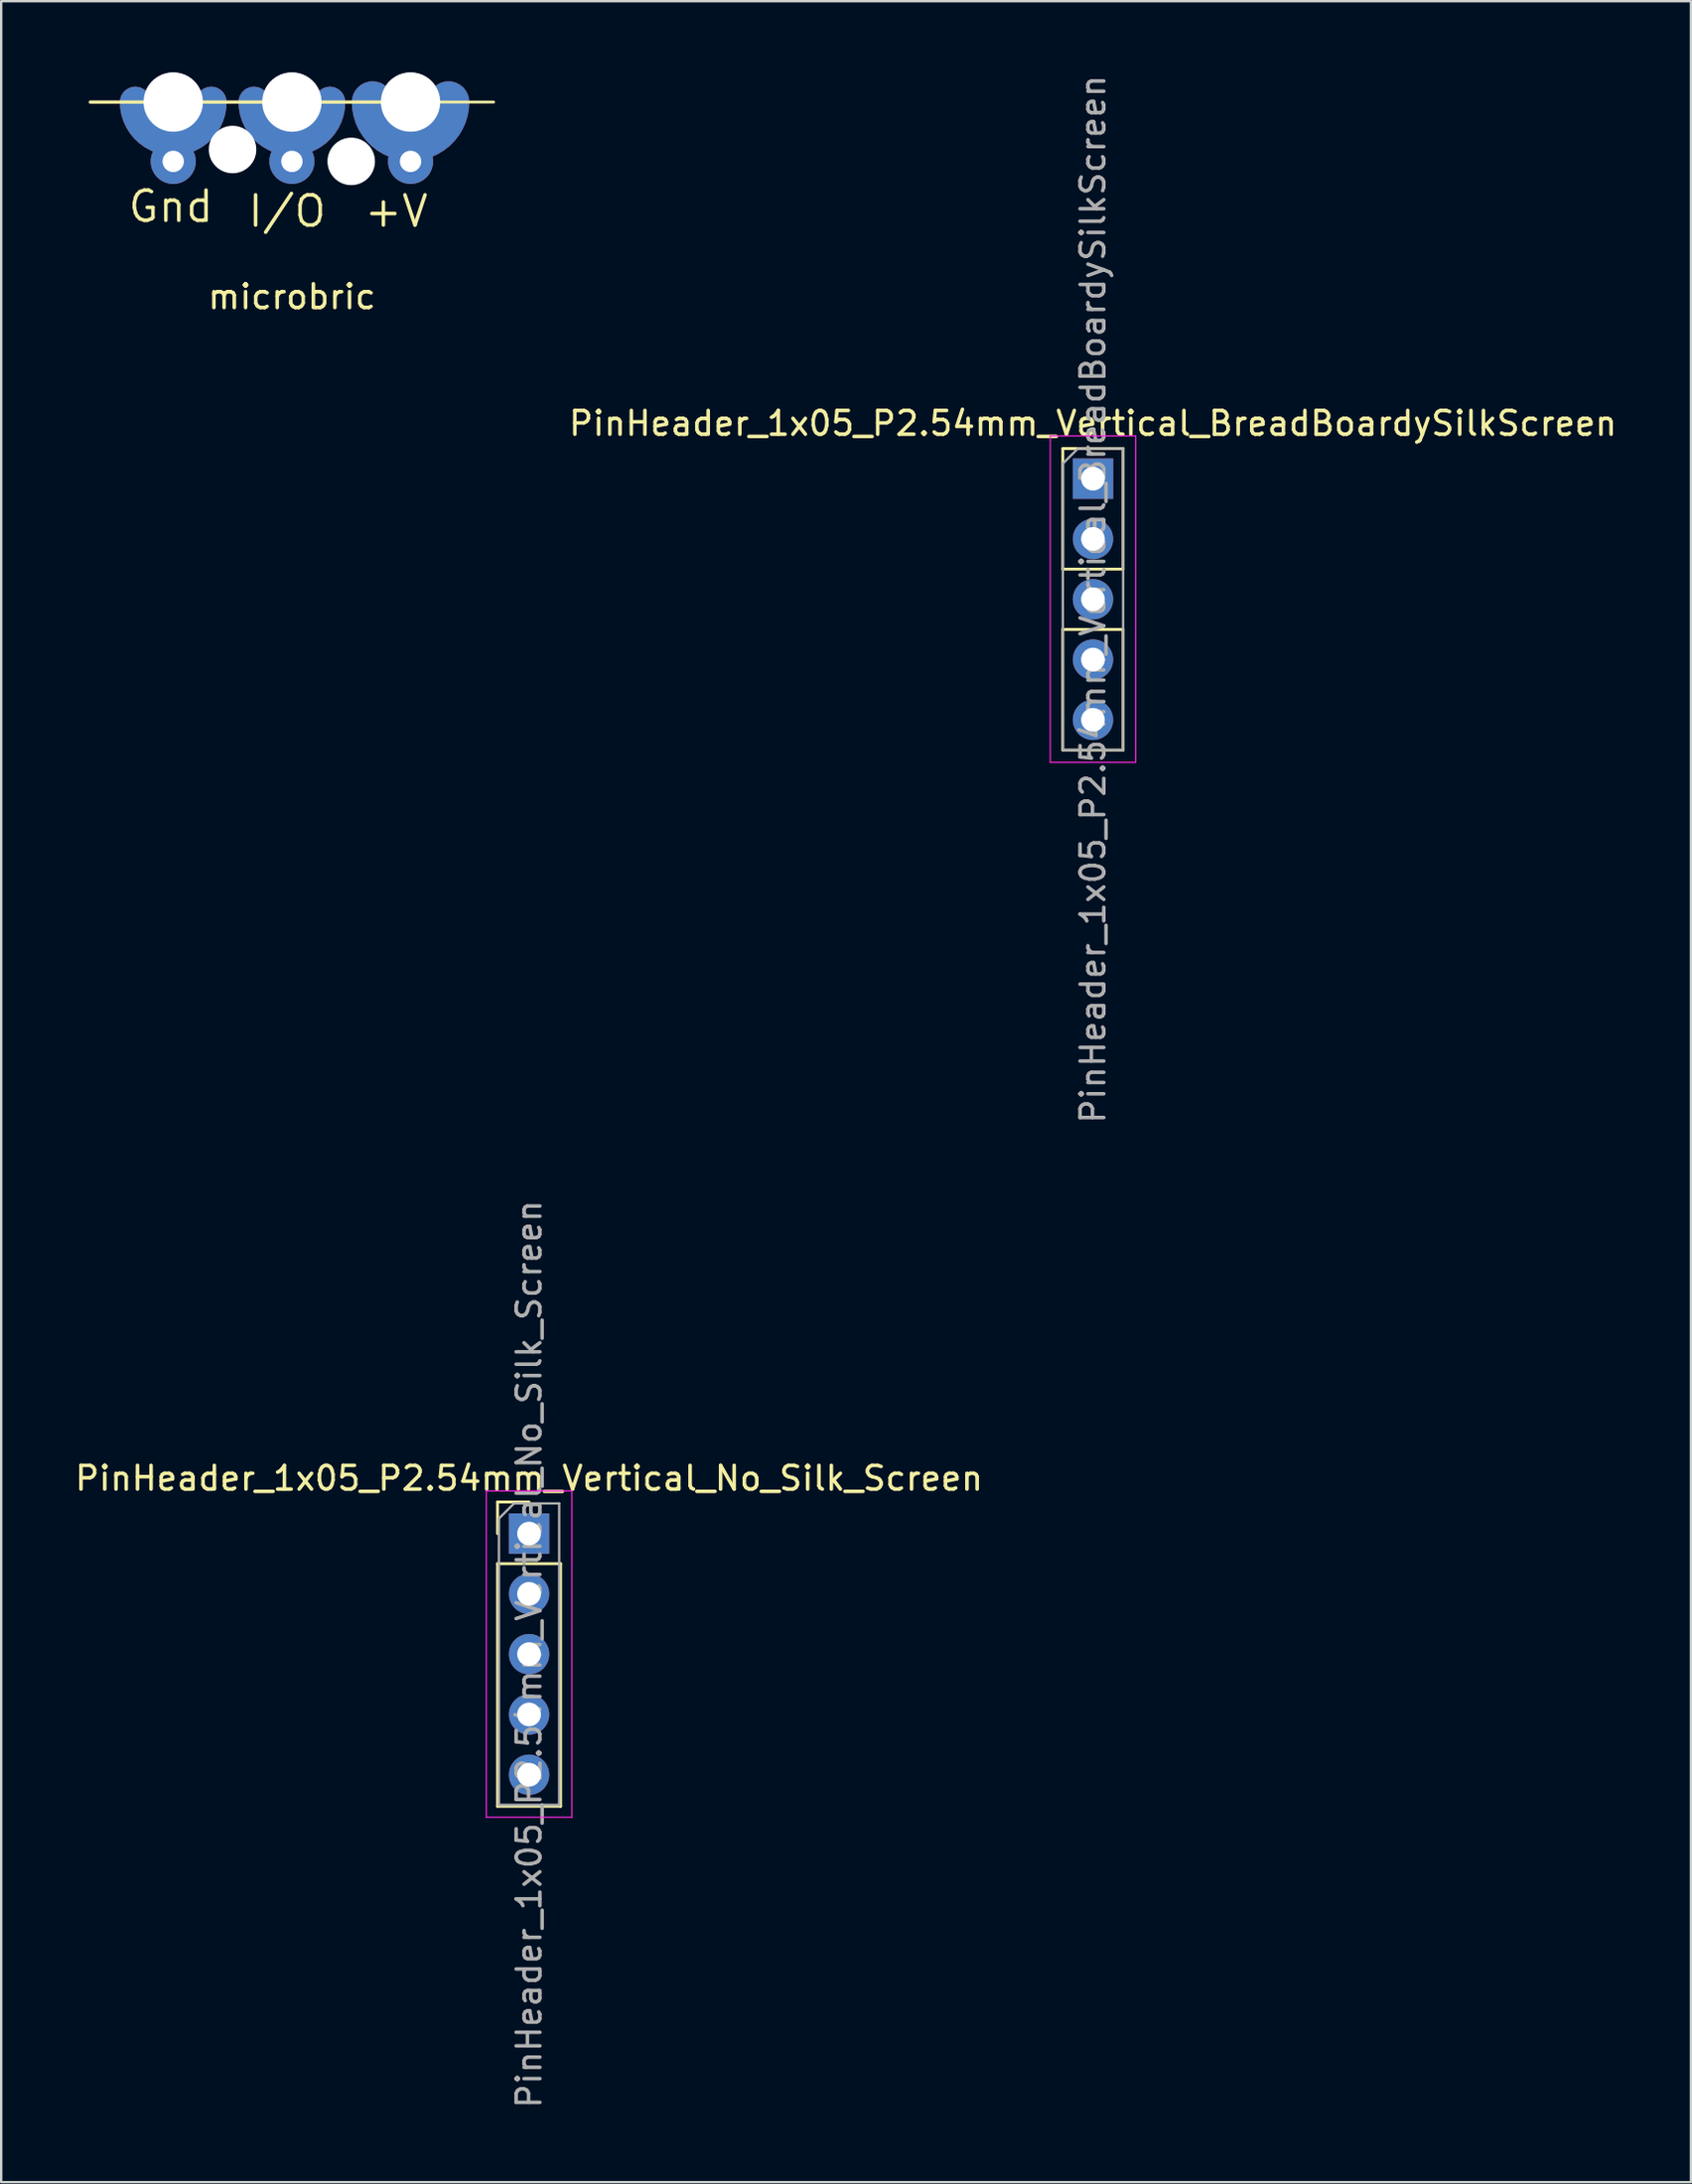
<source format=kicad_pcb>
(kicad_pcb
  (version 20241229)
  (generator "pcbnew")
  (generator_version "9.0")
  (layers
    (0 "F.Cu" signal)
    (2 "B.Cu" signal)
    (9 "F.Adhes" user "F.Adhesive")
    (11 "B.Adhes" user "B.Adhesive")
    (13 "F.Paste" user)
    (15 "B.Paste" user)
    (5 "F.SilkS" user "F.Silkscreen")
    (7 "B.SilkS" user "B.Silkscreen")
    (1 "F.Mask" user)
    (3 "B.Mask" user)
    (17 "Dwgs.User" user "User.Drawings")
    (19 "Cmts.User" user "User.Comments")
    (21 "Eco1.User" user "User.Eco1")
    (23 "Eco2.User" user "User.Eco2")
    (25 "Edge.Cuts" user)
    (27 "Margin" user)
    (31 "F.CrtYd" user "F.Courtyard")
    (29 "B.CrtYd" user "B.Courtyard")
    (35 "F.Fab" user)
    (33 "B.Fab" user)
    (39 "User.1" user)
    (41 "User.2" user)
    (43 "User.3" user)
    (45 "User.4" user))
  (footprint "PinHeader_1x05_P2.54mm_Vertical_BreadBoardySilkScreen"
    (layer "F.Cu")
    (at 43.006 17.116)
    (property "Reference" "PinHeader_1x05_P2.54mm_Vertical_BreadBoardySilkScreen" (at 0 -2.33 0) (layer "F.SilkS") (effects (font (size 1 1) (thickness 0.15))))
    (attr through_hole)
    (fp_line (start -1.27 -1.27) (end -1.27 3.81) (stroke (width 0.12) (type solid)) (layer "F.SilkS"))
    (fp_line (start -1.27 3.81) (end 1.27 3.81) (stroke (width 0.12) (type solid)) (layer "F.SilkS"))
    (fp_line (start -1.27 6.35) (end 1.27 6.35) (stroke (width 0.12) (type solid)) (layer "F.SilkS"))
    (fp_line (start -1.27 11.43) (end -1.27 6.35) (stroke (width 0.12) (type solid)) (layer "F.SilkS"))
    (fp_line (start 1.27 -1.27) (end -1.27 -1.27) (stroke (width 0.12) (type solid)) (layer "F.SilkS"))
    (fp_line (start 1.27 3.81) (end 1.27 -1.27) (stroke (width 0.12) (type solid)) (layer "F.SilkS"))
    (fp_line (start 1.27 6.35) (end 1.27 11.43) (stroke (width 0.12) (type solid)) (layer "F.SilkS"))
    (fp_line (start 1.27 11.43) (end -1.27 11.43) (stroke (width 0.12) (type solid)) (layer "F.SilkS"))
    (fp_line (start -1.8 -1.8) (end -1.8 11.95) (stroke (width 0.05) (type solid)) (layer "F.CrtYd"))
    (fp_line (start -1.8 11.95) (end 1.8 11.95) (stroke (width 0.05) (type solid)) (layer "F.CrtYd"))
    (fp_line (start 1.8 -1.8) (end -1.8 -1.8) (stroke (width 0.05) (type solid)) (layer "F.CrtYd"))
    (fp_line (start 1.8 11.95) (end 1.8 -1.8) (stroke (width 0.05) (type solid)) (layer "F.CrtYd"))
    (fp_line (start -1.27 -0.635) (end -0.635 -1.27) (stroke (width 0.1) (type solid)) (layer "F.Fab"))
    (fp_line (start -1.27 11.43) (end -1.27 -0.635) (stroke (width 0.1) (type solid)) (layer "F.Fab"))
    (fp_line (start -0.635 -1.27) (end 1.27 -1.27) (stroke (width 0.1) (type solid)) (layer "F.Fab"))
    (fp_line (start 1.27 -1.27) (end 1.27 11.43) (stroke (width 0.1) (type solid)) (layer "F.Fab"))
    (fp_line (start 1.27 11.43) (end -1.27 11.43) (stroke (width 0.1) (type solid)) (layer "F.Fab"))
    (fp_text user "${REFERENCE}" (at 0 5.08 90) (layer "F.Fab") (effects (font (size 1 1) (thickness 0.15))))
    (pad "1" thru_hole rect (at 0 0) (size 1.7 1.7) (drill 1) (layers "*.Cu" "*.Mask"))
    (pad "2" thru_hole oval (at 0 2.54) (size 1.7 1.7) (drill 1) (layers "*.Cu" "*.Mask"))
    (pad "3" thru_hole oval (at 0 5.08) (size 1.7 1.7) (drill 1) (layers "*.Cu" "*.Mask"))
    (pad "4" thru_hole oval (at 0 7.62) (size 1.7 1.7) (drill 1) (layers "*.Cu" "*.Mask"))
    (pad "5" thru_hole oval (at 0 10.16) (size 1.7 1.7) (drill 1) (layers "*.Cu" "*.Mask")))
  (footprint "PinHeader_1x05_P2.54mm_Vertical_No_Silk_Screen"
    (layer "F.Cu")
    (at 19.244 61.557)
    (property "Reference" "PinHeader_1x05_P2.54mm_Vertical_No_Silk_Screen" (at 0 -2.33 0) (layer "F.SilkS") (effects (font (size 1 1) (thickness 0.15))))
    (attr through_hole)
    (fp_line (start -1.33 -1.33) (end 0 -1.33) (stroke (width 0.12) (type solid)) (layer "F.SilkS"))
    (fp_line (start -1.33 0) (end -1.33 -1.33) (stroke (width 0.12) (type solid)) (layer "F.SilkS"))
    (fp_line (start -1.33 1.27) (end -1.33 11.49) (stroke (width 0.12) (type solid)) (layer "F.SilkS"))
    (fp_line (start -1.33 1.27) (end 1.33 1.27) (stroke (width 0.12) (type solid)) (layer "F.SilkS"))
    (fp_line (start -1.33 11.49) (end 1.33 11.49) (stroke (width 0.12) (type solid)) (layer "F.SilkS"))
    (fp_line (start 1.33 1.27) (end 1.33 11.49) (stroke (width 0.12) (type solid)) (layer "F.SilkS"))
    (fp_line (start -1.8 -1.8) (end -1.8 11.95) (stroke (width 0.05) (type solid)) (layer "F.CrtYd"))
    (fp_line (start -1.8 11.95) (end 1.8 11.95) (stroke (width 0.05) (type solid)) (layer "F.CrtYd"))
    (fp_line (start 1.8 -1.8) (end -1.8 -1.8) (stroke (width 0.05) (type solid)) (layer "F.CrtYd"))
    (fp_line (start 1.8 11.95) (end 1.8 -1.8) (stroke (width 0.05) (type solid)) (layer "F.CrtYd"))
    (fp_line (start -1.27 -0.635) (end -0.635 -1.27) (stroke (width 0.1) (type solid)) (layer "F.Fab"))
    (fp_line (start -1.27 11.43) (end -1.27 -0.635) (stroke (width 0.1) (type solid)) (layer "F.Fab"))
    (fp_line (start -0.635 -1.27) (end 1.27 -1.27) (stroke (width 0.1) (type solid)) (layer "F.Fab"))
    (fp_line (start 1.27 -1.27) (end 1.27 11.43) (stroke (width 0.1) (type solid)) (layer "F.Fab"))
    (fp_line (start 1.27 11.43) (end -1.27 11.43) (stroke (width 0.1) (type solid)) (layer "F.Fab"))
    (fp_text user "${REFERENCE}" (at 0 5.08 90) (layer "F.Fab") (effects (font (size 1 1) (thickness 0.15))))
    (pad "1" thru_hole rect (at 0 0) (size 1.7 1.7) (drill 1) (layers "*.Cu" "*.Mask"))
    (pad "2" thru_hole oval (at 0 2.54) (size 1.7 1.7) (drill 1) (layers "*.Cu" "*.Mask"))
    (pad "3" thru_hole oval (at 0 5.08) (size 1.7 1.7) (drill 1) (layers "*.Cu" "*.Mask"))
    (pad "4" thru_hole oval (at 0 7.62) (size 1.7 1.7) (drill 1) (layers "*.Cu" "*.Mask"))
    (pad "5" thru_hole oval (at 0 10.16) (size 1.7 1.7) (drill 1) (layers "*.Cu" "*.Mask")))
  (footprint "microbric"
    (layer "F.Cu")
    (at 0.25 7.25)
    (property "Reference" "microbric" (at 9 2.2 0) (layer "F.SilkS") (effects (font (size 1 1) (thickness 0.15))))
    (attr through_hole)
    (fp_line (start 0.5 -6) (end 14.5 -6) (stroke (width 0.12) (type solid)) (layer "F.SilkS"))
    (fp_line (start 0.5 -6) (end 17.5 -6) (stroke (width 0.12) (type solid)) (layer "F.SilkS"))
    (fp_text user "I/O" (at 8.8 -1.4 0) (layer "F.SilkS") (effects (font (size 1.27 1.27) (thickness 0.15))))
    (fp_text user "+V" (at 13.4 -1.4 0) (layer "F.SilkS") (effects (font (size 1.27 1.27) (thickness 0.15))))
    (fp_text user "Gnd" (at 3.9 -1.6 0) (layer "F.SilkS") (effects (font (size 1.27 1.27) (thickness 0.15))))
    (pad "" np_thru_hole circle (at 6.5 -4) (size 2 2) (drill 2) (layers "*.Cu" "*.Mask"))
    (pad "" np_thru_hole circle (at 11.5 -3.5) (size 2 2) (drill 2) (layers "*.Cu" "*.Mask"))
    (pad "1" thru_hole custom (at 4 -6) (size 2.5 2.5) (drill 2.5) (layers "*.Cu" "*.Mask") (options (anchor circle)) (primitives (gr_arc (start 1.6 0) (mid 0 1.6) (end -1.6 0) (width 1.3))))
    (pad "1" thru_hole circle (at 4 -3.5) (size 1.9 1.9) (drill 0.9) (layers "*.Cu" "*.Mask"))
    (pad "2" thru_hole custom (at 9 -6) (size 2.5 2.5) (drill 2.5) (layers "*.Cu" "*.Mask") (options (anchor circle)) (primitives (gr_arc (start 1.6 0) (mid 0 1.6) (end -1.6 0) (width 1.3))))
    (pad "2" thru_hole circle (at 9 -3.5) (size 1.9 1.9) (drill 0.9) (layers "*.Cu" "*.Mask"))
    (pad "3" thru_hole custom (at 14 -6) (size 2.5 2.5) (drill 2.5) (layers "*.Cu" "*.Mask") (options (anchor circle)) (primitives (gr_arc (start 1.6 0) (mid 0 1.6) (end -1.6 0) (width 1.75))))
    (pad "3" thru_hole circle (at 14 -3.5) (size 1.9 1.9) (drill 0.9) (layers "*.Cu" "*.Mask")))
  (gr_rect
    (start -3 -3)
    (end 68.203 88.881)
    (stroke (width 0.1) (type default))
    (fill no)
    (layer "Edge.Cuts")))
</source>
